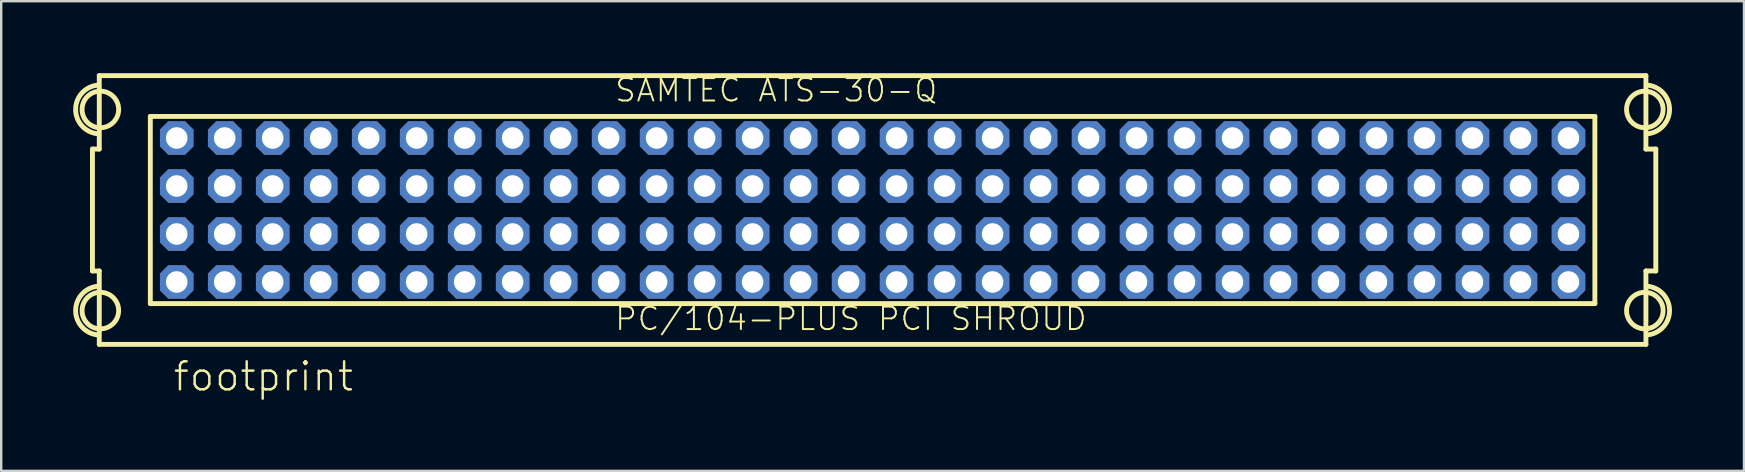
<source format=kicad_pcb>
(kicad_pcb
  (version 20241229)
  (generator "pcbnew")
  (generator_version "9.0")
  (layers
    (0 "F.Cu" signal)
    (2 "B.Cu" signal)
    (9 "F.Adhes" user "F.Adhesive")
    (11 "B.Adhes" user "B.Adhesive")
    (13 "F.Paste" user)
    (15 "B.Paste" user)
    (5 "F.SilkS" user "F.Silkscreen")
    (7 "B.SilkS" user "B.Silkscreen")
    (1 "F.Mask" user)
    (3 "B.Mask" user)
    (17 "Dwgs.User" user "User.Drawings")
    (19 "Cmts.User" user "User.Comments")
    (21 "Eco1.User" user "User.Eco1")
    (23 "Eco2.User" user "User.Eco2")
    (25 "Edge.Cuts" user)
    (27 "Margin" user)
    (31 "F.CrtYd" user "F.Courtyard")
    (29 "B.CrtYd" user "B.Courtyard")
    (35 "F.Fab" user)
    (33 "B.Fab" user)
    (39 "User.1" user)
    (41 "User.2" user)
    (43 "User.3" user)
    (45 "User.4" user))
  (footprint "footprint"
    (layer "F.Cu")
    (at 33.314 5.702)
    (property "Reference" "footprint" (at -29.21 7.62 0) (layer "F.SilkS") (effects (font (size 1.168 1.168) (thickness 0.102)) (justify left bottom)))
    (fp_line (start -32.512 -2.54) (end -32.227 -2.54) (stroke (width 0.203) (type solid)) (layer "F.SilkS"))
    (fp_line (start -32.512 2.54) (end -32.512 -2.54) (stroke (width 0.203) (type solid)) (layer "F.SilkS"))
    (fp_line (start -32.227 -5.6) (end 32.227 -5.6) (stroke (width 0.203) (type solid)) (layer "F.SilkS"))
    (fp_line (start -32.227 -2.54) (end -32.227 -5.6) (stroke (width 0.203) (type solid)) (layer "F.SilkS"))
    (fp_line (start -32.227 2.54) (end -32.512 2.54) (stroke (width 0.203) (type solid)) (layer "F.SilkS"))
    (fp_line (start -32.227 5.6) (end -32.227 2.54) (stroke (width 0.203) (type solid)) (layer "F.SilkS"))
    (fp_line (start -30.1 -3.9) (end 30.1 -3.9) (stroke (width 0.203) (type solid)) (layer "F.SilkS"))
    (fp_line (start -30.1 3.9) (end -30.1 -3.9) (stroke (width 0.203) (type solid)) (layer "F.SilkS"))
    (fp_line (start 30.1 -3.9) (end 30.1 3.9) (stroke (width 0.203) (type solid)) (layer "F.SilkS"))
    (fp_line (start 30.1 3.9) (end -30.1 3.9) (stroke (width 0.203) (type solid)) (layer "F.SilkS"))
    (fp_line (start 32.227 -5.6) (end 32.227 -2.54) (stroke (width 0.203) (type solid)) (layer "F.SilkS"))
    (fp_line (start 32.227 -2.54) (end 32.639 -2.54) (stroke (width 0.203) (type solid)) (layer "F.SilkS"))
    (fp_line (start 32.227 2.54) (end 32.227 5.6) (stroke (width 0.203) (type solid)) (layer "F.SilkS"))
    (fp_line (start 32.227 5.6) (end -32.227 5.6) (stroke (width 0.203) (type solid)) (layer "F.SilkS"))
    (fp_line (start 32.639 -2.54) (end 32.639 2.54) (stroke (width 0.203) (type solid)) (layer "F.SilkS"))
    (fp_line (start 32.639 2.54) (end 32.227 2.54) (stroke (width 0.203) (type solid)) (layer "F.SilkS"))
    (fp_arc (start -32.257998 -3.175) (mid -33.212481 -4.190999) (end -32.258 -5.207) (stroke (width 0.2032) (type solid)) (layer "F.SilkS"))
    (fp_arc (start -32.257998 5.207) (mid -33.212481 4.191001) (end -32.258 3.175) (stroke (width 0.2032) (type solid)) (layer "F.SilkS"))
    (fp_arc (start 32.257998 -5.207) (mid 33.212481 -4.191001) (end 32.258 -3.175) (stroke (width 0.2032) (type solid)) (layer "F.SilkS"))
    (fp_arc (start 32.257998 3.175) (mid 33.212481 4.190999) (end 32.258 5.207) (stroke (width 0.2032) (type solid)) (layer "F.SilkS"))
    (fp_circle (center -32.182 -4.191) (end -31.42 -4.191) (stroke (width 0.203) (type solid)) (fill no) (layer "F.SilkS"))
    (fp_circle (center -32.182 4.191) (end -31.42 4.191) (stroke (width 0.203) (type solid)) (fill no) (layer "F.SilkS"))
    (fp_circle (center 32.182 -4.191) (end 32.944 -4.191) (stroke (width 0.203) (type solid)) (fill no) (layer "F.SilkS"))
    (fp_circle (center 32.182 4.191) (end 32.944 4.191) (stroke (width 0.203) (type solid)) (fill no) (layer "F.SilkS"))
    (fp_text user "SAMTEC ATS-30-Q" (at -10.795 -4.445 0) (layer "F.SilkS") (effects (font (size 0.935 0.935) (thickness 0.081)) (justify left bottom)))
    (fp_text user "PC/104-PLUS PCI SHROUD" (at -10.795 5.08 0) (layer "F.SilkS") (effects (font (size 0.935 0.935) (thickness 0.081)) (justify left bottom)))
    (pad "A1" thru_hole roundrect (at -29 3) (size 1.397 1.397) (drill 0.9) (layers "*.Cu" "*.Mask") (roundrect_rratio 0.25) (chamfer_ratio 0.25) (chamfer top_left top_right bottom_left bottom_right))
    (pad "A2" thru_hole roundrect (at -27 3) (size 1.397 1.397) (drill 0.9) (layers "*.Cu" "*.Mask") (roundrect_rratio 0.25) (chamfer_ratio 0.25) (chamfer top_left top_right bottom_left bottom_right))
    (pad "A3" thru_hole roundrect (at -25 3) (size 1.397 1.397) (drill 0.9) (layers "*.Cu" "*.Mask") (roundrect_rratio 0.25) (chamfer_ratio 0.25) (chamfer top_left top_right bottom_left bottom_right))
    (pad "A4" thru_hole roundrect (at -23 3) (size 1.397 1.397) (drill 0.9) (layers "*.Cu" "*.Mask") (roundrect_rratio 0.25) (chamfer_ratio 0.25) (chamfer top_left top_right bottom_left bottom_right))
    (pad "A5" thru_hole roundrect (at -21 3) (size 1.397 1.397) (drill 0.9) (layers "*.Cu" "*.Mask") (roundrect_rratio 0.25) (chamfer_ratio 0.25) (chamfer top_left top_right bottom_left bottom_right))
    (pad "A6" thru_hole roundrect (at -19 3) (size 1.397 1.397) (drill 0.9) (layers "*.Cu" "*.Mask") (roundrect_rratio 0.25) (chamfer_ratio 0.25) (chamfer top_left top_right bottom_left bottom_right))
    (pad "A7" thru_hole roundrect (at -17 3) (size 1.397 1.397) (drill 0.9) (layers "*.Cu" "*.Mask") (roundrect_rratio 0.25) (chamfer_ratio 0.25) (chamfer top_left top_right bottom_left bottom_right))
    (pad "A8" thru_hole roundrect (at -15 3) (size 1.397 1.397) (drill 0.9) (layers "*.Cu" "*.Mask") (roundrect_rratio 0.25) (chamfer_ratio 0.25) (chamfer top_left top_right bottom_left bottom_right))
    (pad "A9" thru_hole roundrect (at -13 3) (size 1.397 1.397) (drill 0.9) (layers "*.Cu" "*.Mask") (roundrect_rratio 0.25) (chamfer_ratio 0.25) (chamfer top_left top_right bottom_left bottom_right))
    (pad "A10" thru_hole roundrect (at -11 3) (size 1.397 1.397) (drill 0.9) (layers "*.Cu" "*.Mask") (roundrect_rratio 0.25) (chamfer_ratio 0.25) (chamfer top_left top_right bottom_left bottom_right))
    (pad "A11" thru_hole roundrect (at -9 3) (size 1.397 1.397) (drill 0.9) (layers "*.Cu" "*.Mask") (roundrect_rratio 0.25) (chamfer_ratio 0.25) (chamfer top_left top_right bottom_left bottom_right))
    (pad "A12" thru_hole roundrect (at -7 3) (size 1.397 1.397) (drill 0.9) (layers "*.Cu" "*.Mask") (roundrect_rratio 0.25) (chamfer_ratio 0.25) (chamfer top_left top_right bottom_left bottom_right))
    (pad "A13" thru_hole roundrect (at -5 3) (size 1.397 1.397) (drill 0.9) (layers "*.Cu" "*.Mask") (roundrect_rratio 0.25) (chamfer_ratio 0.25) (chamfer top_left top_right bottom_left bottom_right))
    (pad "A14" thru_hole roundrect (at -3 3) (size 1.397 1.397) (drill 0.9) (layers "*.Cu" "*.Mask") (roundrect_rratio 0.25) (chamfer_ratio 0.25) (chamfer top_left top_right bottom_left bottom_right))
    (pad "A15" thru_hole roundrect (at -1 3) (size 1.397 1.397) (drill 0.9) (layers "*.Cu" "*.Mask") (roundrect_rratio 0.25) (chamfer_ratio 0.25) (chamfer top_left top_right bottom_left bottom_right))
    (pad "A16" thru_hole roundrect (at 1 3) (size 1.397 1.397) (drill 0.9) (layers "*.Cu" "*.Mask") (roundrect_rratio 0.25) (chamfer_ratio 0.25) (chamfer top_left top_right bottom_left bottom_right))
    (pad "A17" thru_hole roundrect (at 3 3) (size 1.397 1.397) (drill 0.9) (layers "*.Cu" "*.Mask") (roundrect_rratio 0.25) (chamfer_ratio 0.25) (chamfer top_left top_right bottom_left bottom_right))
    (pad "A18" thru_hole roundrect (at 5 3) (size 1.397 1.397) (drill 0.9) (layers "*.Cu" "*.Mask") (roundrect_rratio 0.25) (chamfer_ratio 0.25) (chamfer top_left top_right bottom_left bottom_right))
    (pad "A19" thru_hole roundrect (at 7 3) (size 1.397 1.397) (drill 0.9) (layers "*.Cu" "*.Mask") (roundrect_rratio 0.25) (chamfer_ratio 0.25) (chamfer top_left top_right bottom_left bottom_right))
    (pad "A20" thru_hole roundrect (at 9 3) (size 1.397 1.397) (drill 0.9) (layers "*.Cu" "*.Mask") (roundrect_rratio 0.25) (chamfer_ratio 0.25) (chamfer top_left top_right bottom_left bottom_right))
    (pad "A21" thru_hole roundrect (at 11 3) (size 1.397 1.397) (drill 0.9) (layers "*.Cu" "*.Mask") (roundrect_rratio 0.25) (chamfer_ratio 0.25) (chamfer top_left top_right bottom_left bottom_right))
    (pad "A22" thru_hole roundrect (at 13 3) (size 1.397 1.397) (drill 0.9) (layers "*.Cu" "*.Mask") (roundrect_rratio 0.25) (chamfer_ratio 0.25) (chamfer top_left top_right bottom_left bottom_right))
    (pad "A23" thru_hole roundrect (at 15 3) (size 1.397 1.397) (drill 0.9) (layers "*.Cu" "*.Mask") (roundrect_rratio 0.25) (chamfer_ratio 0.25) (chamfer top_left top_right bottom_left bottom_right))
    (pad "A24" thru_hole roundrect (at 17 3) (size 1.397 1.397) (drill 0.9) (layers "*.Cu" "*.Mask") (roundrect_rratio 0.25) (chamfer_ratio 0.25) (chamfer top_left top_right bottom_left bottom_right))
    (pad "A25" thru_hole roundrect (at 19 3) (size 1.397 1.397) (drill 0.9) (layers "*.Cu" "*.Mask") (roundrect_rratio 0.25) (chamfer_ratio 0.25) (chamfer top_left top_right bottom_left bottom_right))
    (pad "A26" thru_hole roundrect (at 21 3) (size 1.397 1.397) (drill 0.9) (layers "*.Cu" "*.Mask") (roundrect_rratio 0.25) (chamfer_ratio 0.25) (chamfer top_left top_right bottom_left bottom_right))
    (pad "A27" thru_hole roundrect (at 23 3) (size 1.397 1.397) (drill 0.9) (layers "*.Cu" "*.Mask") (roundrect_rratio 0.25) (chamfer_ratio 0.25) (chamfer top_left top_right bottom_left bottom_right))
    (pad "A28" thru_hole roundrect (at 25 3) (size 1.397 1.397) (drill 0.9) (layers "*.Cu" "*.Mask") (roundrect_rratio 0.25) (chamfer_ratio 0.25) (chamfer top_left top_right bottom_left bottom_right))
    (pad "A29" thru_hole roundrect (at 27 3) (size 1.397 1.397) (drill 0.9) (layers "*.Cu" "*.Mask") (roundrect_rratio 0.25) (chamfer_ratio 0.25) (chamfer top_left top_right bottom_left bottom_right))
    (pad "A30" thru_hole roundrect (at 29 3) (size 1.397 1.397) (drill 0.9) (layers "*.Cu" "*.Mask") (roundrect_rratio 0.25) (chamfer_ratio 0.25) (chamfer top_left top_right bottom_left bottom_right))
    (pad "B1" thru_hole roundrect (at -29 1) (size 1.397 1.397) (drill 0.9) (layers "*.Cu" "*.Mask") (roundrect_rratio 0.25) (chamfer_ratio 0.25) (chamfer top_left top_right bottom_left bottom_right))
    (pad "B2" thru_hole roundrect (at -27 1) (size 1.397 1.397) (drill 0.9) (layers "*.Cu" "*.Mask") (roundrect_rratio 0.25) (chamfer_ratio 0.25) (chamfer top_left top_right bottom_left bottom_right))
    (pad "B3" thru_hole roundrect (at -25 1) (size 1.397 1.397) (drill 0.9) (layers "*.Cu" "*.Mask") (roundrect_rratio 0.25) (chamfer_ratio 0.25) (chamfer top_left top_right bottom_left bottom_right))
    (pad "B4" thru_hole roundrect (at -23 1) (size 1.397 1.397) (drill 0.9) (layers "*.Cu" "*.Mask") (roundrect_rratio 0.25) (chamfer_ratio 0.25) (chamfer top_left top_right bottom_left bottom_right))
    (pad "B5" thru_hole roundrect (at -21 1) (size 1.397 1.397) (drill 0.9) (layers "*.Cu" "*.Mask") (roundrect_rratio 0.25) (chamfer_ratio 0.25) (chamfer top_left top_right bottom_left bottom_right))
    (pad "B6" thru_hole roundrect (at -19 1) (size 1.397 1.397) (drill 0.9) (layers "*.Cu" "*.Mask") (roundrect_rratio 0.25) (chamfer_ratio 0.25) (chamfer top_left top_right bottom_left bottom_right))
    (pad "B7" thru_hole roundrect (at -17 1) (size 1.397 1.397) (drill 0.9) (layers "*.Cu" "*.Mask") (roundrect_rratio 0.25) (chamfer_ratio 0.25) (chamfer top_left top_right bottom_left bottom_right))
    (pad "B8" thru_hole roundrect (at -15 1) (size 1.397 1.397) (drill 0.9) (layers "*.Cu" "*.Mask") (roundrect_rratio 0.25) (chamfer_ratio 0.25) (chamfer top_left top_right bottom_left bottom_right))
    (pad "B9" thru_hole roundrect (at -13 1) (size 1.397 1.397) (drill 0.9) (layers "*.Cu" "*.Mask") (roundrect_rratio 0.25) (chamfer_ratio 0.25) (chamfer top_left top_right bottom_left bottom_right))
    (pad "B10" thru_hole roundrect (at -11 1) (size 1.397 1.397) (drill 0.9) (layers "*.Cu" "*.Mask") (roundrect_rratio 0.25) (chamfer_ratio 0.25) (chamfer top_left top_right bottom_left bottom_right))
    (pad "B11" thru_hole roundrect (at -9 1) (size 1.397 1.397) (drill 0.9) (layers "*.Cu" "*.Mask") (roundrect_rratio 0.25) (chamfer_ratio 0.25) (chamfer top_left top_right bottom_left bottom_right))
    (pad "B12" thru_hole roundrect (at -7 1) (size 1.397 1.397) (drill 0.9) (layers "*.Cu" "*.Mask") (roundrect_rratio 0.25) (chamfer_ratio 0.25) (chamfer top_left top_right bottom_left bottom_right))
    (pad "B13" thru_hole roundrect (at -5 1) (size 1.397 1.397) (drill 0.9) (layers "*.Cu" "*.Mask") (roundrect_rratio 0.25) (chamfer_ratio 0.25) (chamfer top_left top_right bottom_left bottom_right))
    (pad "B14" thru_hole roundrect (at -3 1) (size 1.397 1.397) (drill 0.9) (layers "*.Cu" "*.Mask") (roundrect_rratio 0.25) (chamfer_ratio 0.25) (chamfer top_left top_right bottom_left bottom_right))
    (pad "B15" thru_hole roundrect (at -1 1) (size 1.397 1.397) (drill 0.9) (layers "*.Cu" "*.Mask") (roundrect_rratio 0.25) (chamfer_ratio 0.25) (chamfer top_left top_right bottom_left bottom_right))
    (pad "B16" thru_hole roundrect (at 1 1) (size 1.397 1.397) (drill 0.9) (layers "*.Cu" "*.Mask") (roundrect_rratio 0.25) (chamfer_ratio 0.25) (chamfer top_left top_right bottom_left bottom_right))
    (pad "B17" thru_hole roundrect (at 3 1) (size 1.397 1.397) (drill 0.9) (layers "*.Cu" "*.Mask") (roundrect_rratio 0.25) (chamfer_ratio 0.25) (chamfer top_left top_right bottom_left bottom_right))
    (pad "B18" thru_hole roundrect (at 5 1) (size 1.397 1.397) (drill 0.9) (layers "*.Cu" "*.Mask") (roundrect_rratio 0.25) (chamfer_ratio 0.25) (chamfer top_left top_right bottom_left bottom_right))
    (pad "B19" thru_hole roundrect (at 7 1) (size 1.397 1.397) (drill 0.9) (layers "*.Cu" "*.Mask") (roundrect_rratio 0.25) (chamfer_ratio 0.25) (chamfer top_left top_right bottom_left bottom_right))
    (pad "B20" thru_hole roundrect (at 9 1) (size 1.397 1.397) (drill 0.9) (layers "*.Cu" "*.Mask") (roundrect_rratio 0.25) (chamfer_ratio 0.25) (chamfer top_left top_right bottom_left bottom_right))
    (pad "B21" thru_hole roundrect (at 11 1) (size 1.397 1.397) (drill 0.9) (layers "*.Cu" "*.Mask") (roundrect_rratio 0.25) (chamfer_ratio 0.25) (chamfer top_left top_right bottom_left bottom_right))
    (pad "B22" thru_hole roundrect (at 13 1) (size 1.397 1.397) (drill 0.9) (layers "*.Cu" "*.Mask") (roundrect_rratio 0.25) (chamfer_ratio 0.25) (chamfer top_left top_right bottom_left bottom_right))
    (pad "B23" thru_hole roundrect (at 15 1) (size 1.397 1.397) (drill 0.9) (layers "*.Cu" "*.Mask") (roundrect_rratio 0.25) (chamfer_ratio 0.25) (chamfer top_left top_right bottom_left bottom_right))
    (pad "B24" thru_hole roundrect (at 17 1) (size 1.397 1.397) (drill 0.9) (layers "*.Cu" "*.Mask") (roundrect_rratio 0.25) (chamfer_ratio 0.25) (chamfer top_left top_right bottom_left bottom_right))
    (pad "B25" thru_hole roundrect (at 19 1) (size 1.397 1.397) (drill 0.9) (layers "*.Cu" "*.Mask") (roundrect_rratio 0.25) (chamfer_ratio 0.25) (chamfer top_left top_right bottom_left bottom_right))
    (pad "B26" thru_hole roundrect (at 21 1) (size 1.397 1.397) (drill 0.9) (layers "*.Cu" "*.Mask") (roundrect_rratio 0.25) (chamfer_ratio 0.25) (chamfer top_left top_right bottom_left bottom_right))
    (pad "B27" thru_hole roundrect (at 23 1) (size 1.397 1.397) (drill 0.9) (layers "*.Cu" "*.Mask") (roundrect_rratio 0.25) (chamfer_ratio 0.25) (chamfer top_left top_right bottom_left bottom_right))
    (pad "B28" thru_hole roundrect (at 25 1) (size 1.397 1.397) (drill 0.9) (layers "*.Cu" "*.Mask") (roundrect_rratio 0.25) (chamfer_ratio 0.25) (chamfer top_left top_right bottom_left bottom_right))
    (pad "B29" thru_hole roundrect (at 27 1) (size 1.397 1.397) (drill 0.9) (layers "*.Cu" "*.Mask") (roundrect_rratio 0.25) (chamfer_ratio 0.25) (chamfer top_left top_right bottom_left bottom_right))
    (pad "B30" thru_hole roundrect (at 29 1) (size 1.397 1.397) (drill 0.9) (layers "*.Cu" "*.Mask") (roundrect_rratio 0.25) (chamfer_ratio 0.25) (chamfer top_left top_right bottom_left bottom_right))
    (pad "C1" thru_hole roundrect (at -29 -1) (size 1.397 1.397) (drill 0.9) (layers "*.Cu" "*.Mask") (roundrect_rratio 0.25) (chamfer_ratio 0.25) (chamfer top_left top_right bottom_left bottom_right))
    (pad "C2" thru_hole roundrect (at -27 -1) (size 1.397 1.397) (drill 0.9) (layers "*.Cu" "*.Mask") (roundrect_rratio 0.25) (chamfer_ratio 0.25) (chamfer top_left top_right bottom_left bottom_right))
    (pad "C3" thru_hole roundrect (at -25 -1) (size 1.397 1.397) (drill 0.9) (layers "*.Cu" "*.Mask") (roundrect_rratio 0.25) (chamfer_ratio 0.25) (chamfer top_left top_right bottom_left bottom_right))
    (pad "C4" thru_hole roundrect (at -23 -1) (size 1.397 1.397) (drill 0.9) (layers "*.Cu" "*.Mask") (roundrect_rratio 0.25) (chamfer_ratio 0.25) (chamfer top_left top_right bottom_left bottom_right))
    (pad "C5" thru_hole roundrect (at -21 -1) (size 1.397 1.397) (drill 0.9) (layers "*.Cu" "*.Mask") (roundrect_rratio 0.25) (chamfer_ratio 0.25) (chamfer top_left top_right bottom_left bottom_right))
    (pad "C6" thru_hole roundrect (at -19 -1) (size 1.397 1.397) (drill 0.9) (layers "*.Cu" "*.Mask") (roundrect_rratio 0.25) (chamfer_ratio 0.25) (chamfer top_left top_right bottom_left bottom_right))
    (pad "C7" thru_hole roundrect (at -17 -1) (size 1.397 1.397) (drill 0.9) (layers "*.Cu" "*.Mask") (roundrect_rratio 0.25) (chamfer_ratio 0.25) (chamfer top_left top_right bottom_left bottom_right))
    (pad "C8" thru_hole roundrect (at -15 -1) (size 1.397 1.397) (drill 0.9) (layers "*.Cu" "*.Mask") (roundrect_rratio 0.25) (chamfer_ratio 0.25) (chamfer top_left top_right bottom_left bottom_right))
    (pad "C9" thru_hole roundrect (at -13 -1) (size 1.397 1.397) (drill 0.9) (layers "*.Cu" "*.Mask") (roundrect_rratio 0.25) (chamfer_ratio 0.25) (chamfer top_left top_right bottom_left bottom_right))
    (pad "C10" thru_hole roundrect (at -11 -1) (size 1.397 1.397) (drill 0.9) (layers "*.Cu" "*.Mask") (roundrect_rratio 0.25) (chamfer_ratio 0.25) (chamfer top_left top_right bottom_left bottom_right))
    (pad "C11" thru_hole roundrect (at -9 -1) (size 1.397 1.397) (drill 0.9) (layers "*.Cu" "*.Mask") (roundrect_rratio 0.25) (chamfer_ratio 0.25) (chamfer top_left top_right bottom_left bottom_right))
    (pad "C12" thru_hole roundrect (at -7 -1) (size 1.397 1.397) (drill 0.9) (layers "*.Cu" "*.Mask") (roundrect_rratio 0.25) (chamfer_ratio 0.25) (chamfer top_left top_right bottom_left bottom_right))
    (pad "C13" thru_hole roundrect (at -5 -1) (size 1.397 1.397) (drill 0.9) (layers "*.Cu" "*.Mask") (roundrect_rratio 0.25) (chamfer_ratio 0.25) (chamfer top_left top_right bottom_left bottom_right))
    (pad "C14" thru_hole roundrect (at -3 -1) (size 1.397 1.397) (drill 0.9) (layers "*.Cu" "*.Mask") (roundrect_rratio 0.25) (chamfer_ratio 0.25) (chamfer top_left top_right bottom_left bottom_right))
    (pad "C15" thru_hole roundrect (at -1 -1) (size 1.397 1.397) (drill 0.9) (layers "*.Cu" "*.Mask") (roundrect_rratio 0.25) (chamfer_ratio 0.25) (chamfer top_left top_right bottom_left bottom_right))
    (pad "C16" thru_hole roundrect (at 1 -1) (size 1.397 1.397) (drill 0.9) (layers "*.Cu" "*.Mask") (roundrect_rratio 0.25) (chamfer_ratio 0.25) (chamfer top_left top_right bottom_left bottom_right))
    (pad "C17" thru_hole roundrect (at 3 -1) (size 1.397 1.397) (drill 0.9) (layers "*.Cu" "*.Mask") (roundrect_rratio 0.25) (chamfer_ratio 0.25) (chamfer top_left top_right bottom_left bottom_right))
    (pad "C18" thru_hole roundrect (at 5 -1) (size 1.397 1.397) (drill 0.9) (layers "*.Cu" "*.Mask") (roundrect_rratio 0.25) (chamfer_ratio 0.25) (chamfer top_left top_right bottom_left bottom_right))
    (pad "C19" thru_hole roundrect (at 7 -1) (size 1.397 1.397) (drill 0.9) (layers "*.Cu" "*.Mask") (roundrect_rratio 0.25) (chamfer_ratio 0.25) (chamfer top_left top_right bottom_left bottom_right))
    (pad "C20" thru_hole roundrect (at 9 -1) (size 1.397 1.397) (drill 0.9) (layers "*.Cu" "*.Mask") (roundrect_rratio 0.25) (chamfer_ratio 0.25) (chamfer top_left top_right bottom_left bottom_right))
    (pad "C21" thru_hole roundrect (at 11 -1) (size 1.397 1.397) (drill 0.9) (layers "*.Cu" "*.Mask") (roundrect_rratio 0.25) (chamfer_ratio 0.25) (chamfer top_left top_right bottom_left bottom_right))
    (pad "C22" thru_hole roundrect (at 13 -1) (size 1.397 1.397) (drill 0.9) (layers "*.Cu" "*.Mask") (roundrect_rratio 0.25) (chamfer_ratio 0.25) (chamfer top_left top_right bottom_left bottom_right))
    (pad "C23" thru_hole roundrect (at 15 -1) (size 1.397 1.397) (drill 0.9) (layers "*.Cu" "*.Mask") (roundrect_rratio 0.25) (chamfer_ratio 0.25) (chamfer top_left top_right bottom_left bottom_right))
    (pad "C24" thru_hole roundrect (at 17 -1) (size 1.397 1.397) (drill 0.9) (layers "*.Cu" "*.Mask") (roundrect_rratio 0.25) (chamfer_ratio 0.25) (chamfer top_left top_right bottom_left bottom_right))
    (pad "C25" thru_hole roundrect (at 19 -1) (size 1.397 1.397) (drill 0.9) (layers "*.Cu" "*.Mask") (roundrect_rratio 0.25) (chamfer_ratio 0.25) (chamfer top_left top_right bottom_left bottom_right))
    (pad "C26" thru_hole roundrect (at 21 -1) (size 1.397 1.397) (drill 0.9) (layers "*.Cu" "*.Mask") (roundrect_rratio 0.25) (chamfer_ratio 0.25) (chamfer top_left top_right bottom_left bottom_right))
    (pad "C27" thru_hole roundrect (at 23 -1) (size 1.397 1.397) (drill 0.9) (layers "*.Cu" "*.Mask") (roundrect_rratio 0.25) (chamfer_ratio 0.25) (chamfer top_left top_right bottom_left bottom_right))
    (pad "C28" thru_hole roundrect (at 25 -1) (size 1.397 1.397) (drill 0.9) (layers "*.Cu" "*.Mask") (roundrect_rratio 0.25) (chamfer_ratio 0.25) (chamfer top_left top_right bottom_left bottom_right))
    (pad "C29" thru_hole roundrect (at 27 -1) (size 1.397 1.397) (drill 0.9) (layers "*.Cu" "*.Mask") (roundrect_rratio 0.25) (chamfer_ratio 0.25) (chamfer top_left top_right bottom_left bottom_right))
    (pad "C30" thru_hole roundrect (at 29 -1) (size 1.397 1.397) (drill 0.9) (layers "*.Cu" "*.Mask") (roundrect_rratio 0.25) (chamfer_ratio 0.25) (chamfer top_left top_right bottom_left bottom_right))
    (pad "D1" thru_hole roundrect (at -29 -3) (size 1.397 1.397) (drill 0.9) (layers "*.Cu" "*.Mask") (roundrect_rratio 0.25) (chamfer_ratio 0.25) (chamfer top_left top_right bottom_left bottom_right))
    (pad "D2" thru_hole roundrect (at -27 -3) (size 1.397 1.397) (drill 0.9) (layers "*.Cu" "*.Mask") (roundrect_rratio 0.25) (chamfer_ratio 0.25) (chamfer top_left top_right bottom_left bottom_right))
    (pad "D3" thru_hole roundrect (at -25 -3) (size 1.397 1.397) (drill 0.9) (layers "*.Cu" "*.Mask") (roundrect_rratio 0.25) (chamfer_ratio 0.25) (chamfer top_left top_right bottom_left bottom_right))
    (pad "D4" thru_hole roundrect (at -23 -3) (size 1.397 1.397) (drill 0.9) (layers "*.Cu" "*.Mask") (roundrect_rratio 0.25) (chamfer_ratio 0.25) (chamfer top_left top_right bottom_left bottom_right))
    (pad "D5" thru_hole roundrect (at -21 -3) (size 1.397 1.397) (drill 0.9) (layers "*.Cu" "*.Mask") (roundrect_rratio 0.25) (chamfer_ratio 0.25) (chamfer top_left top_right bottom_left bottom_right))
    (pad "D6" thru_hole roundrect (at -19 -3) (size 1.397 1.397) (drill 0.9) (layers "*.Cu" "*.Mask") (roundrect_rratio 0.25) (chamfer_ratio 0.25) (chamfer top_left top_right bottom_left bottom_right))
    (pad "D7" thru_hole roundrect (at -17 -3) (size 1.397 1.397) (drill 0.9) (layers "*.Cu" "*.Mask") (roundrect_rratio 0.25) (chamfer_ratio 0.25) (chamfer top_left top_right bottom_left bottom_right))
    (pad "D8" thru_hole roundrect (at -15 -3) (size 1.397 1.397) (drill 0.9) (layers "*.Cu" "*.Mask") (roundrect_rratio 0.25) (chamfer_ratio 0.25) (chamfer top_left top_right bottom_left bottom_right))
    (pad "D9" thru_hole roundrect (at -13 -3) (size 1.397 1.397) (drill 0.9) (layers "*.Cu" "*.Mask") (roundrect_rratio 0.25) (chamfer_ratio 0.25) (chamfer top_left top_right bottom_left bottom_right))
    (pad "D10" thru_hole roundrect (at -11 -3) (size 1.397 1.397) (drill 0.9) (layers "*.Cu" "*.Mask") (roundrect_rratio 0.25) (chamfer_ratio 0.25) (chamfer top_left top_right bottom_left bottom_right))
    (pad "D11" thru_hole roundrect (at -9 -3) (size 1.397 1.397) (drill 0.9) (layers "*.Cu" "*.Mask") (roundrect_rratio 0.25) (chamfer_ratio 0.25) (chamfer top_left top_right bottom_left bottom_right))
    (pad "D12" thru_hole roundrect (at -7 -3) (size 1.397 1.397) (drill 0.9) (layers "*.Cu" "*.Mask") (roundrect_rratio 0.25) (chamfer_ratio 0.25) (chamfer top_left top_right bottom_left bottom_right))
    (pad "D13" thru_hole roundrect (at -5 -3) (size 1.397 1.397) (drill 0.9) (layers "*.Cu" "*.Mask") (roundrect_rratio 0.25) (chamfer_ratio 0.25) (chamfer top_left top_right bottom_left bottom_right))
    (pad "D14" thru_hole roundrect (at -3 -3) (size 1.397 1.397) (drill 0.9) (layers "*.Cu" "*.Mask") (roundrect_rratio 0.25) (chamfer_ratio 0.25) (chamfer top_left top_right bottom_left bottom_right))
    (pad "D15" thru_hole roundrect (at -1 -3) (size 1.397 1.397) (drill 0.9) (layers "*.Cu" "*.Mask") (roundrect_rratio 0.25) (chamfer_ratio 0.25) (chamfer top_left top_right bottom_left bottom_right))
    (pad "D16" thru_hole roundrect (at 1 -3) (size 1.397 1.397) (drill 0.9) (layers "*.Cu" "*.Mask") (roundrect_rratio 0.25) (chamfer_ratio 0.25) (chamfer top_left top_right bottom_left bottom_right))
    (pad "D17" thru_hole roundrect (at 3 -3) (size 1.397 1.397) (drill 0.9) (layers "*.Cu" "*.Mask") (roundrect_rratio 0.25) (chamfer_ratio 0.25) (chamfer top_left top_right bottom_left bottom_right))
    (pad "D18" thru_hole roundrect (at 5 -3) (size 1.397 1.397) (drill 0.9) (layers "*.Cu" "*.Mask") (roundrect_rratio 0.25) (chamfer_ratio 0.25) (chamfer top_left top_right bottom_left bottom_right))
    (pad "D19" thru_hole roundrect (at 7 -3) (size 1.397 1.397) (drill 0.9) (layers "*.Cu" "*.Mask") (roundrect_rratio 0.25) (chamfer_ratio 0.25) (chamfer top_left top_right bottom_left bottom_right))
    (pad "D20" thru_hole roundrect (at 9 -3) (size 1.397 1.397) (drill 0.9) (layers "*.Cu" "*.Mask") (roundrect_rratio 0.25) (chamfer_ratio 0.25) (chamfer top_left top_right bottom_left bottom_right))
    (pad "D21" thru_hole roundrect (at 11 -3) (size 1.397 1.397) (drill 0.9) (layers "*.Cu" "*.Mask") (roundrect_rratio 0.25) (chamfer_ratio 0.25) (chamfer top_left top_right bottom_left bottom_right))
    (pad "D22" thru_hole roundrect (at 13 -3) (size 1.397 1.397) (drill 0.9) (layers "*.Cu" "*.Mask") (roundrect_rratio 0.25) (chamfer_ratio 0.25) (chamfer top_left top_right bottom_left bottom_right))
    (pad "D23" thru_hole roundrect (at 15 -3) (size 1.397 1.397) (drill 0.9) (layers "*.Cu" "*.Mask") (roundrect_rratio 0.25) (chamfer_ratio 0.25) (chamfer top_left top_right bottom_left bottom_right))
    (pad "D24" thru_hole roundrect (at 17 -3) (size 1.397 1.397) (drill 0.9) (layers "*.Cu" "*.Mask") (roundrect_rratio 0.25) (chamfer_ratio 0.25) (chamfer top_left top_right bottom_left bottom_right))
    (pad "D25" thru_hole roundrect (at 19 -3) (size 1.397 1.397) (drill 0.9) (layers "*.Cu" "*.Mask") (roundrect_rratio 0.25) (chamfer_ratio 0.25) (chamfer top_left top_right bottom_left bottom_right))
    (pad "D26" thru_hole roundrect (at 21 -3) (size 1.397 1.397) (drill 0.9) (layers "*.Cu" "*.Mask") (roundrect_rratio 0.25) (chamfer_ratio 0.25) (chamfer top_left top_right bottom_left bottom_right))
    (pad "D27" thru_hole roundrect (at 23 -3) (size 1.397 1.397) (drill 0.9) (layers "*.Cu" "*.Mask") (roundrect_rratio 0.25) (chamfer_ratio 0.25) (chamfer top_left top_right bottom_left bottom_right))
    (pad "D28" thru_hole roundrect (at 25 -3) (size 1.397 1.397) (drill 0.9) (layers "*.Cu" "*.Mask") (roundrect_rratio 0.25) (chamfer_ratio 0.25) (chamfer top_left top_right bottom_left bottom_right))
    (pad "D29" thru_hole roundrect (at 27 -3) (size 1.397 1.397) (drill 0.9) (layers "*.Cu" "*.Mask") (roundrect_rratio 0.25) (chamfer_ratio 0.25) (chamfer top_left top_right bottom_left bottom_right))
    (pad "D30" thru_hole roundrect (at 29 -3) (size 1.397 1.397) (drill 0.9) (layers "*.Cu" "*.Mask") (roundrect_rratio 0.25) (chamfer_ratio 0.25) (chamfer top_left top_right bottom_left bottom_right)))
  (gr_rect
    (start -3 -3)
    (end 69.628 16.572)
    (stroke (width 0.1) (type default))
    (fill no)
    (layer "Edge.Cuts")))
</source>
